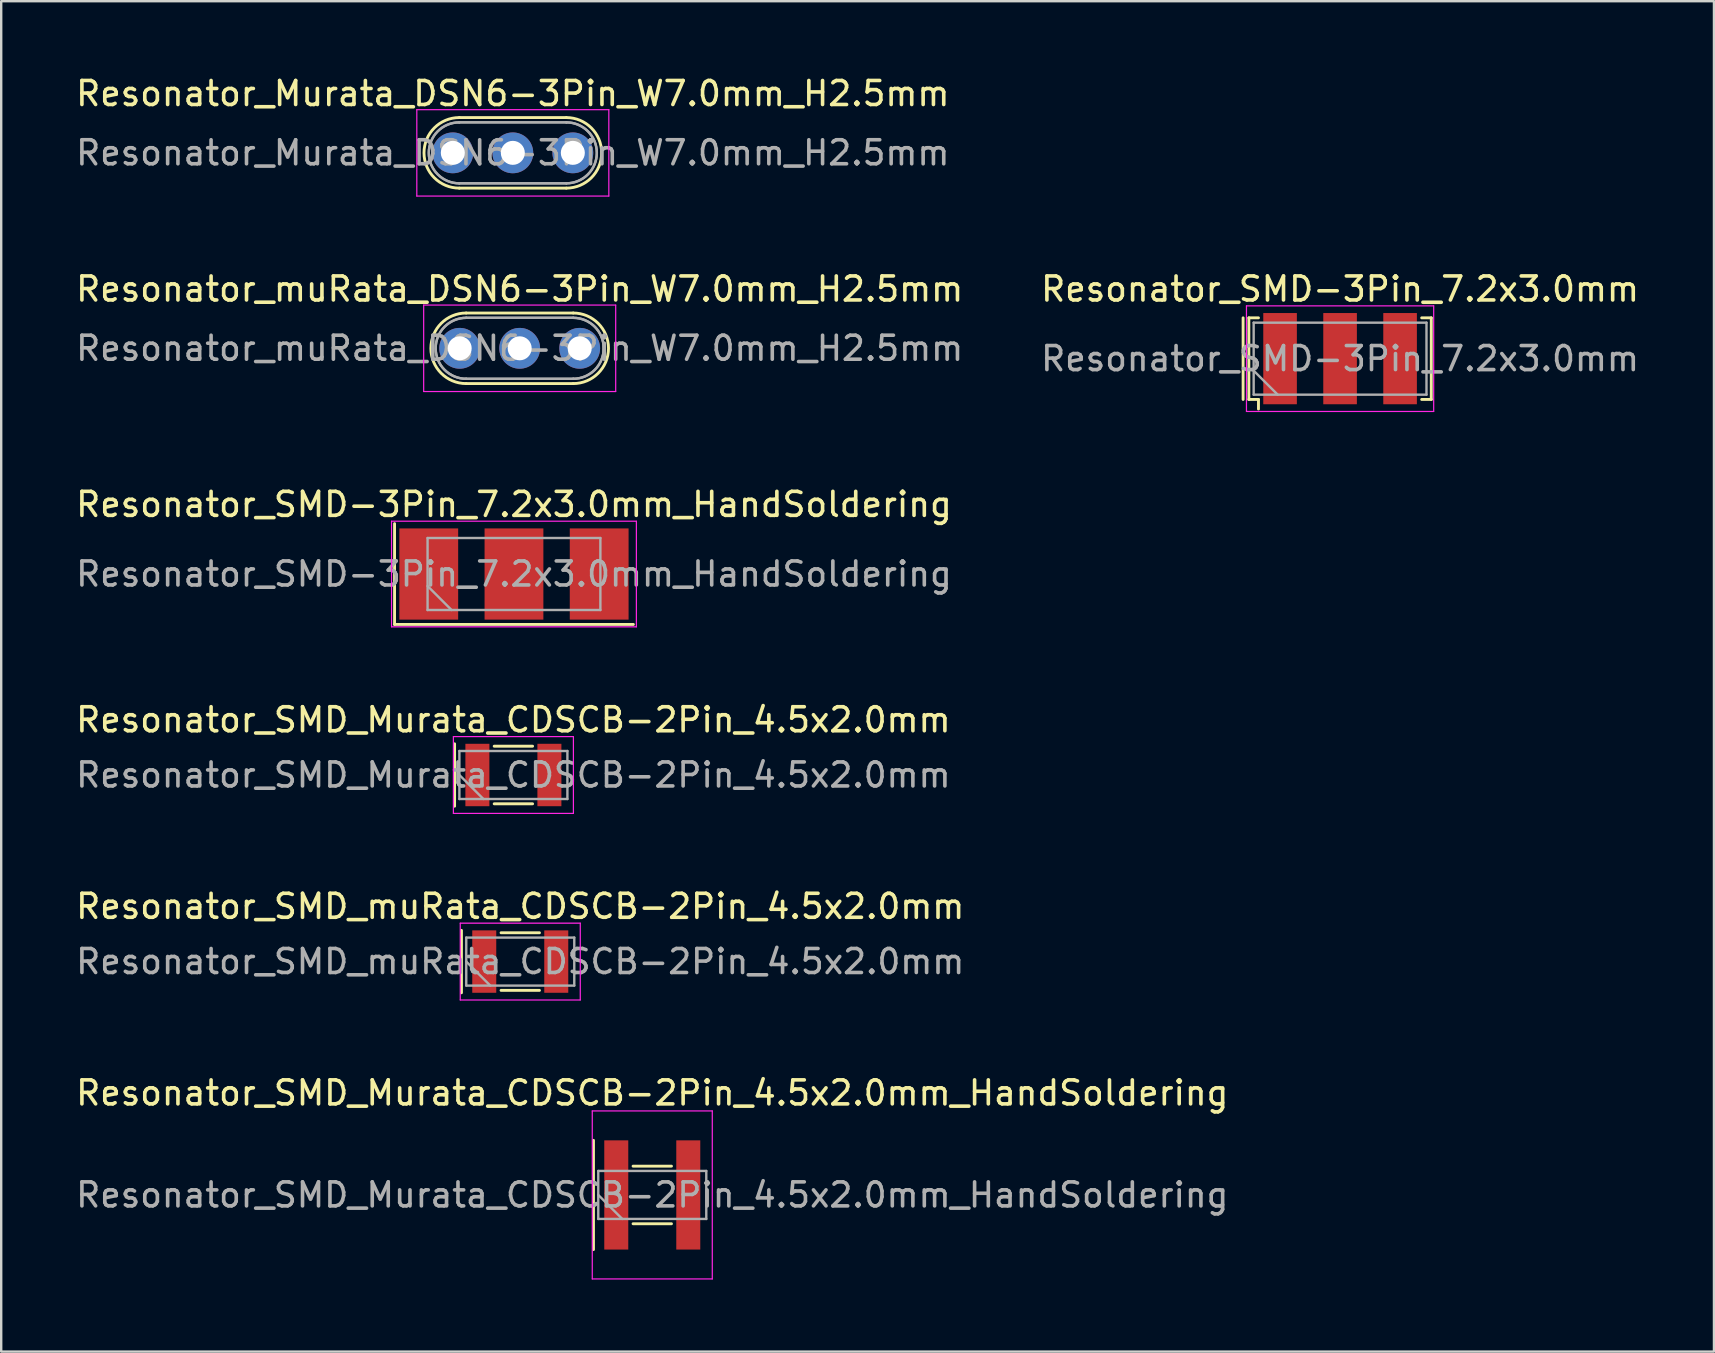
<source format=kicad_pcb>
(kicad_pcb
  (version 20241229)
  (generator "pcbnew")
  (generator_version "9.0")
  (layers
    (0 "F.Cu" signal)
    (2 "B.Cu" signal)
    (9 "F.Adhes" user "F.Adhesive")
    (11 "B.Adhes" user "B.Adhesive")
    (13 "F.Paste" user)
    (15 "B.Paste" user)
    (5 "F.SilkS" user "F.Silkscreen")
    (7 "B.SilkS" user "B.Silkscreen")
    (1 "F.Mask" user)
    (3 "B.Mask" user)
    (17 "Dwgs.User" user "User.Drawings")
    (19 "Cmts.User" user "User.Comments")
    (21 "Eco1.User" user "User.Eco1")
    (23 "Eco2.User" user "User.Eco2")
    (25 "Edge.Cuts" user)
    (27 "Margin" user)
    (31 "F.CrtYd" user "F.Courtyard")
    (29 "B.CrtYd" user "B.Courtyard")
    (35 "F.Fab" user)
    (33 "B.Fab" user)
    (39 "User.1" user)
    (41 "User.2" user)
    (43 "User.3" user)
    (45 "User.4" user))
  (footprint "Resonator_SMD_Murata_CDSCB-2Pin_4.5x2.0mm"
    (layer "F.Cu")
    (at 18.339 29.238)
    (property "Reference" "Resonator_SMD_Murata_CDSCB-2Pin_4.5x2.0mm" (at 0 -2.3 0) (layer "F.SilkS") (effects (font (size 1 1) (thickness 0.15))))
    (attr smd)
    (fp_line (start -2.45 -1.3) (end -2.45 1.3) (stroke (width 0.12) (type solid)) (layer "F.SilkS"))
    (fp_line (start -0.8 -1.2) (end 0.8 -1.2) (stroke (width 0.12) (type solid)) (layer "F.SilkS"))
    (fp_line (start -0.8 1.2) (end 0.8 1.2) (stroke (width 0.12) (type solid)) (layer "F.SilkS"))
    (fp_line (start -2.5 -1.6) (end -2.5 1.6) (stroke (width 0.05) (type solid)) (layer "F.CrtYd"))
    (fp_line (start -2.5 1.6) (end 2.5 1.6) (stroke (width 0.05) (type solid)) (layer "F.CrtYd"))
    (fp_line (start 2.5 -1.6) (end -2.5 -1.6) (stroke (width 0.05) (type solid)) (layer "F.CrtYd"))
    (fp_line (start 2.5 1.6) (end 2.5 -1.6) (stroke (width 0.05) (type solid)) (layer "F.CrtYd"))
    (fp_line (start -2.25 -1) (end -2.25 1) (stroke (width 0.1) (type solid)) (layer "F.Fab"))
    (fp_line (start -2.25 0) (end -1.25 1) (stroke (width 0.1) (type solid)) (layer "F.Fab"))
    (fp_line (start -2.25 1) (end 2.25 1) (stroke (width 0.1) (type solid)) (layer "F.Fab"))
    (fp_line (start 2.25 -1) (end -2.25 -1) (stroke (width 0.1) (type solid)) (layer "F.Fab"))
    (fp_line (start 2.25 1) (end 2.25 -1) (stroke (width 0.1) (type solid)) (layer "F.Fab"))
    (fp_text user "${REFERENCE}" (at 0 0 0) (layer "F.Fab") (effects (font (size 1 1) (thickness 0.15))))
    (pad "1" smd rect (at -1.5 0) (size 1 2.6) (layers "F.Cu" "F.Mask" "F.Paste"))
    (pad "2" smd rect (at 1.5 0) (size 1 2.6) (layers "F.Cu" "F.Mask" "F.Paste")))
  (footprint "Resonator_SMD_Murata_CDSCB-2Pin_4.5x2.0mm_HandSoldering"
    (layer "F.Cu")
    (at 24.125 46.734)
    (property "Reference" "Resonator_SMD_Murata_CDSCB-2Pin_4.5x2.0mm_HandSoldering" (at 0 -4.25 0) (layer "F.SilkS") (effects (font (size 1 1) (thickness 0.15))))
    (attr smd)
    (fp_line (start -2.45 -2.275) (end -2.45 2.275) (stroke (width 0.12) (type solid)) (layer "F.SilkS"))
    (fp_line (start -0.8 -1.2) (end 0.8 -1.2) (stroke (width 0.12) (type solid)) (layer "F.SilkS"))
    (fp_line (start -0.8 1.2) (end 0.8 1.2) (stroke (width 0.12) (type solid)) (layer "F.SilkS"))
    (fp_line (start -2.5 -3.5) (end -2.5 3.5) (stroke (width 0.05) (type solid)) (layer "F.CrtYd"))
    (fp_line (start -2.5 3.5) (end 2.5 3.5) (stroke (width 0.05) (type solid)) (layer "F.CrtYd"))
    (fp_line (start 2.5 -3.5) (end -2.5 -3.5) (stroke (width 0.05) (type solid)) (layer "F.CrtYd"))
    (fp_line (start 2.5 3.5) (end 2.5 -3.5) (stroke (width 0.05) (type solid)) (layer "F.CrtYd"))
    (fp_line (start -2.25 -1) (end -2.25 1) (stroke (width 0.1) (type solid)) (layer "F.Fab"))
    (fp_line (start -2.25 0) (end -1.25 1) (stroke (width 0.1) (type solid)) (layer "F.Fab"))
    (fp_line (start -2.25 1) (end 2.25 1) (stroke (width 0.1) (type solid)) (layer "F.Fab"))
    (fp_line (start 2.25 -1) (end -2.25 -1) (stroke (width 0.1) (type solid)) (layer "F.Fab"))
    (fp_line (start 2.25 1) (end 2.25 -1) (stroke (width 0.1) (type solid)) (layer "F.Fab"))
    (fp_text user "${REFERENCE}" (at 0 0 0) (layer "F.Fab") (effects (font (size 1 1) (thickness 0.15))))
    (pad "1" smd rect (at -1.5 0) (size 1 4.55) (layers "F.Cu" "F.Mask" "F.Paste"))
    (pad "2" smd rect (at 1.5 0) (size 1 4.55) (layers "F.Cu" "F.Mask" "F.Paste")))
  (footprint "Resonator_Murata_DSN6-3Pin_W7.0mm_H2.5mm"
    (layer "F.Cu")
    (at 15.815 3.318)
    (property "Reference" "Resonator_Murata_DSN6-3Pin_W7.0mm_H2.5mm" (at 2.5 -2.47 0) (layer "F.SilkS") (effects (font (size 1 1) (thickness 0.15))))
    (attr through_hole)
    (fp_line (start 0.27 -1.47) (end 4.73 -1.47) (stroke (width 0.12) (type solid)) (layer "F.SilkS"))
    (fp_line (start 0.27 1.47) (end 4.73 1.47) (stroke (width 0.12) (type solid)) (layer "F.SilkS"))
    (fp_arc (start 0.27 1.47) (mid -1.2 0) (end 0.27 -1.47) (stroke (width 0.12) (type solid)) (layer "F.SilkS"))
    (fp_arc (start 4.73 -1.47) (mid 6.2 0) (end 4.73 1.47) (stroke (width 0.12) (type solid)) (layer "F.SilkS"))
    (fp_line (start -1.5 -1.8) (end -1.5 1.8) (stroke (width 0.05) (type solid)) (layer "F.CrtYd"))
    (fp_line (start -1.5 1.8) (end 6.5 1.8) (stroke (width 0.05) (type solid)) (layer "F.CrtYd"))
    (fp_line (start 6.5 -1.8) (end -1.5 -1.8) (stroke (width 0.05) (type solid)) (layer "F.CrtYd"))
    (fp_line (start 6.5 1.8) (end 6.5 -1.8) (stroke (width 0.05) (type solid)) (layer "F.CrtYd"))
    (fp_line (start 0.27 -1.27) (end 4.73 -1.27) (stroke (width 0.1) (type solid)) (layer "F.Fab"))
    (fp_line (start 0.27 -1.27) (end 4.73 -1.27) (stroke (width 0.1) (type solid)) (layer "F.Fab"))
    (fp_line (start 0.27 1.27) (end 4.73 1.27) (stroke (width 0.1) (type solid)) (layer "F.Fab"))
    (fp_line (start 0.27 1.27) (end 4.73 1.27) (stroke (width 0.1) (type solid)) (layer "F.Fab"))
    (fp_arc (start 0.27 1.27) (mid -1 0) (end 0.27 -1.27) (stroke (width 0.1) (type solid)) (layer "F.Fab"))
    (fp_arc (start 0.27 1.27) (mid -1 0) (end 0.27 -1.27) (stroke (width 0.1) (type solid)) (layer "F.Fab"))
    (fp_arc (start 4.73 -1.27) (mid 6 0) (end 4.73 1.27) (stroke (width 0.1) (type solid)) (layer "F.Fab"))
    (fp_arc (start 4.73 -1.27) (mid 6 0) (end 4.73 1.27) (stroke (width 0.1) (type solid)) (layer "F.Fab"))
    (fp_text user "${REFERENCE}" (at 2.5 0 0) (layer "F.Fab") (effects (font (size 1 1) (thickness 0.15))))
    (pad "1" thru_hole circle (at 0 0) (size 1.7 1.7) (drill 1) (layers "*.Cu" "*.Mask"))
    (pad "2" thru_hole circle (at 2.5 0) (size 1.7 1.7) (drill 1) (layers "*.Cu" "*.Mask"))
    (pad "3" thru_hole circle (at 5 0) (size 1.7 1.7) (drill 1) (layers "*.Cu" "*.Mask")))
  (footprint "Resonator_muRata_DSN6-3Pin_W7.0mm_H2.5mm"
    (layer "F.Cu")
    (at 16.101 11.461)
    (property "Reference" "Resonator_muRata_DSN6-3Pin_W7.0mm_H2.5mm" (at 2.5 -2.47 0) (layer "F.SilkS") (effects (font (size 1 1) (thickness 0.15))))
    (attr through_hole)
    (fp_line (start 0.27 -1.47) (end 4.73 -1.47) (stroke (width 0.12) (type solid)) (layer "F.SilkS"))
    (fp_line (start 0.27 1.47) (end 4.73 1.47) (stroke (width 0.12) (type solid)) (layer "F.SilkS"))
    (fp_arc (start 0.27 1.47) (mid -1.2 0) (end 0.27 -1.47) (stroke (width 0.12) (type solid)) (layer "F.SilkS"))
    (fp_arc (start 4.73 -1.47) (mid 6.2 0) (end 4.73 1.47) (stroke (width 0.12) (type solid)) (layer "F.SilkS"))
    (fp_line (start -1.5 -1.8) (end -1.5 1.8) (stroke (width 0.05) (type solid)) (layer "F.CrtYd"))
    (fp_line (start -1.5 1.8) (end 6.5 1.8) (stroke (width 0.05) (type solid)) (layer "F.CrtYd"))
    (fp_line (start 6.5 -1.8) (end -1.5 -1.8) (stroke (width 0.05) (type solid)) (layer "F.CrtYd"))
    (fp_line (start 6.5 1.8) (end 6.5 -1.8) (stroke (width 0.05) (type solid)) (layer "F.CrtYd"))
    (fp_line (start 0.27 -1.27) (end 4.73 -1.27) (stroke (width 0.1) (type solid)) (layer "F.Fab"))
    (fp_line (start 0.27 -1.27) (end 4.73 -1.27) (stroke (width 0.1) (type solid)) (layer "F.Fab"))
    (fp_line (start 0.27 1.27) (end 4.73 1.27) (stroke (width 0.1) (type solid)) (layer "F.Fab"))
    (fp_line (start 0.27 1.27) (end 4.73 1.27) (stroke (width 0.1) (type solid)) (layer "F.Fab"))
    (fp_arc (start 0.27 1.27) (mid -1 0) (end 0.27 -1.27) (stroke (width 0.1) (type solid)) (layer "F.Fab"))
    (fp_arc (start 0.27 1.27) (mid -1 0) (end 0.27 -1.27) (stroke (width 0.1) (type solid)) (layer "F.Fab"))
    (fp_arc (start 4.73 -1.27) (mid 6 0) (end 4.73 1.27) (stroke (width 0.1) (type solid)) (layer "F.Fab"))
    (fp_arc (start 4.73 -1.27) (mid 6 0) (end 4.73 1.27) (stroke (width 0.1) (type solid)) (layer "F.Fab"))
    (fp_text user "${REFERENCE}" (at 2.5 0 0) (layer "F.Fab") (effects (font (size 1 1) (thickness 0.15))))
    (pad "1" thru_hole circle (at 0 0) (size 1.7 1.7) (drill 1) (layers "*.Cu" "*.Mask"))
    (pad "2" thru_hole circle (at 2.5 0) (size 1.7 1.7) (drill 1) (layers "*.Cu" "*.Mask"))
    (pad "3" thru_hole circle (at 5 0) (size 1.7 1.7) (drill 1) (layers "*.Cu" "*.Mask")))
  (footprint "Resonator_SMD-3Pin_7.2x3.0mm_HandSoldering"
    (layer "F.Cu")
    (at 18.363 20.865)
    (property "Reference" "Resonator_SMD-3Pin_7.2x3.0mm_HandSoldering" (at 0 -2.9 0) (layer "F.SilkS") (effects (font (size 1 1) (thickness 0.15))))
    (attr smd)
    (fp_line (start -4.975 -2.1) (end -4.975 2.1) (stroke (width 0.12) (type solid)) (layer "F.SilkS"))
    (fp_line (start -4.975 2.1) (end 4.975 2.1) (stroke (width 0.12) (type solid)) (layer "F.SilkS"))
    (fp_line (start -5.1 -2.2) (end -5.1 2.2) (stroke (width 0.05) (type solid)) (layer "F.CrtYd"))
    (fp_line (start -5.1 2.2) (end 5.1 2.2) (stroke (width 0.05) (type solid)) (layer "F.CrtYd"))
    (fp_line (start 5.1 -2.2) (end -5.1 -2.2) (stroke (width 0.05) (type solid)) (layer "F.CrtYd"))
    (fp_line (start 5.1 2.2) (end 5.1 -2.2) (stroke (width 0.05) (type solid)) (layer "F.CrtYd"))
    (fp_line (start -3.6 -1.5) (end -3.6 1.5) (stroke (width 0.1) (type solid)) (layer "F.Fab"))
    (fp_line (start -3.6 0.5) (end -2.6 1.5) (stroke (width 0.1) (type solid)) (layer "F.Fab"))
    (fp_line (start -3.6 1.5) (end 3.6 1.5) (stroke (width 0.1) (type solid)) (layer "F.Fab"))
    (fp_line (start 3.6 -1.5) (end -3.6 -1.5) (stroke (width 0.1) (type solid)) (layer "F.Fab"))
    (fp_line (start 3.6 1.5) (end 3.6 -1.5) (stroke (width 0.1) (type solid)) (layer "F.Fab"))
    (fp_text user "${REFERENCE}" (at 0 0 0) (layer "F.Fab") (effects (font (size 1 1) (thickness 0.15))))
    (pad "1" smd rect (at -3.55 0) (size 2.45 3.8) (layers "F.Cu" "F.Mask" "F.Paste"))
    (pad "2" smd rect (at 0 0) (size 2.45 3.8) (layers "F.Cu" "F.Mask" "F.Paste"))
    (pad "3" smd rect (at 3.55 0) (size 2.45 3.8) (layers "F.Cu" "F.Mask" "F.Paste")))
  (footprint "Resonator_SMD-3Pin_7.2x3.0mm"
    (layer "F.Cu")
    (at 52.78 11.892)
    (property "Reference" "Resonator_SMD-3Pin_7.2x3.0mm" (at 0 -2.9 0) (layer "F.SilkS") (effects (font (size 1 1) (thickness 0.15))))
    (attr smd)
    (fp_line (start -4.04 -1.7) (end -4.04 1.7) (stroke (width 0.12) (type solid)) (layer "F.SilkS"))
    (fp_line (start -3.8 -1.7) (end -3.4 -1.7) (stroke (width 0.12) (type solid)) (layer "F.SilkS"))
    (fp_line (start -3.8 1.7) (end -3.8 -1.7) (stroke (width 0.12) (type solid)) (layer "F.SilkS"))
    (fp_line (start -3.4 1.7) (end -3.8 1.7) (stroke (width 0.12) (type solid)) (layer "F.SilkS"))
    (fp_line (start -3.4 2.1) (end -3.4 1.7) (stroke (width 0.12) (type solid)) (layer "F.SilkS"))
    (fp_line (start 3.4 -1.7) (end 3.8 -1.7) (stroke (width 0.12) (type solid)) (layer "F.SilkS"))
    (fp_line (start 3.8 -1.7) (end 3.8 1.7) (stroke (width 0.12) (type solid)) (layer "F.SilkS"))
    (fp_line (start 3.8 1.7) (end 3.4 1.7) (stroke (width 0.12) (type solid)) (layer "F.SilkS"))
    (fp_line (start -3.9 -2.2) (end -3.9 2.2) (stroke (width 0.05) (type solid)) (layer "F.CrtYd"))
    (fp_line (start -3.9 2.2) (end 3.9 2.2) (stroke (width 0.05) (type solid)) (layer "F.CrtYd"))
    (fp_line (start 3.9 -2.2) (end -3.9 -2.2) (stroke (width 0.05) (type solid)) (layer "F.CrtYd"))
    (fp_line (start 3.9 2.2) (end 3.9 -2.2) (stroke (width 0.05) (type solid)) (layer "F.CrtYd"))
    (fp_line (start -3.6 -1.5) (end -3.6 1.5) (stroke (width 0.1) (type solid)) (layer "F.Fab"))
    (fp_line (start -3.6 0.5) (end -2.6 1.5) (stroke (width 0.1) (type solid)) (layer "F.Fab"))
    (fp_line (start -3.6 1.5) (end 3.6 1.5) (stroke (width 0.1) (type solid)) (layer "F.Fab"))
    (fp_line (start 3.6 -1.5) (end -3.6 -1.5) (stroke (width 0.1) (type solid)) (layer "F.Fab"))
    (fp_line (start 3.6 1.5) (end 3.6 -1.5) (stroke (width 0.1) (type solid)) (layer "F.Fab"))
    (fp_text user "${REFERENCE}" (at 0 0 0) (layer "F.Fab") (effects (font (size 1 1) (thickness 0.15))))
    (pad "1" smd rect (at -2.5 0) (size 1.4 3.8) (layers "F.Cu" "F.Mask" "F.Paste"))
    (pad "2" smd rect (at 0 0) (size 1.4 3.8) (layers "F.Cu" "F.Mask" "F.Paste"))
    (pad "3" smd rect (at 2.5 0) (size 1.4 3.8) (layers "F.Cu" "F.Mask" "F.Paste")))
  (footprint "Resonator_SMD_muRata_CDSCB-2Pin_4.5x2.0mm"
    (layer "F.Cu")
    (at 18.625 37.011)
    (property "Reference" "Resonator_SMD_muRata_CDSCB-2Pin_4.5x2.0mm" (at 0 -2.3 0) (layer "F.SilkS") (effects (font (size 1 1) (thickness 0.15))))
    (attr smd)
    (fp_line (start -2.45 -1.3) (end -2.45 1.3) (stroke (width 0.12) (type solid)) (layer "F.SilkS"))
    (fp_line (start -0.8 -1.2) (end 0.8 -1.2) (stroke (width 0.12) (type solid)) (layer "F.SilkS"))
    (fp_line (start -0.8 1.2) (end 0.8 1.2) (stroke (width 0.12) (type solid)) (layer "F.SilkS"))
    (fp_line (start -2.5 -1.6) (end -2.5 1.6) (stroke (width 0.05) (type solid)) (layer "F.CrtYd"))
    (fp_line (start -2.5 1.6) (end 2.5 1.6) (stroke (width 0.05) (type solid)) (layer "F.CrtYd"))
    (fp_line (start 2.5 -1.6) (end -2.5 -1.6) (stroke (width 0.05) (type solid)) (layer "F.CrtYd"))
    (fp_line (start 2.5 1.6) (end 2.5 -1.6) (stroke (width 0.05) (type solid)) (layer "F.CrtYd"))
    (fp_line (start -2.25 -1) (end -2.25 1) (stroke (width 0.1) (type solid)) (layer "F.Fab"))
    (fp_line (start -2.25 0) (end -1.25 1) (stroke (width 0.1) (type solid)) (layer "F.Fab"))
    (fp_line (start -2.25 1) (end 2.25 1) (stroke (width 0.1) (type solid)) (layer "F.Fab"))
    (fp_line (start 2.25 -1) (end -2.25 -1) (stroke (width 0.1) (type solid)) (layer "F.Fab"))
    (fp_line (start 2.25 1) (end 2.25 -1) (stroke (width 0.1) (type solid)) (layer "F.Fab"))
    (fp_text user "${REFERENCE}" (at 0 0 0) (layer "F.Fab") (effects (font (size 1 1) (thickness 0.15))))
    (pad "1" smd rect (at -1.5 0) (size 1 2.6) (layers "F.Cu" "F.Mask" "F.Paste"))
    (pad "2" smd rect (at 1.5 0) (size 1 2.6) (layers "F.Cu" "F.Mask" "F.Paste")))
  (gr_rect
    (start -3 -3)
    (end 68.357 53.26)
    (stroke (width 0.1) (type default))
    (fill no)
    (layer "Edge.Cuts")))
</source>
